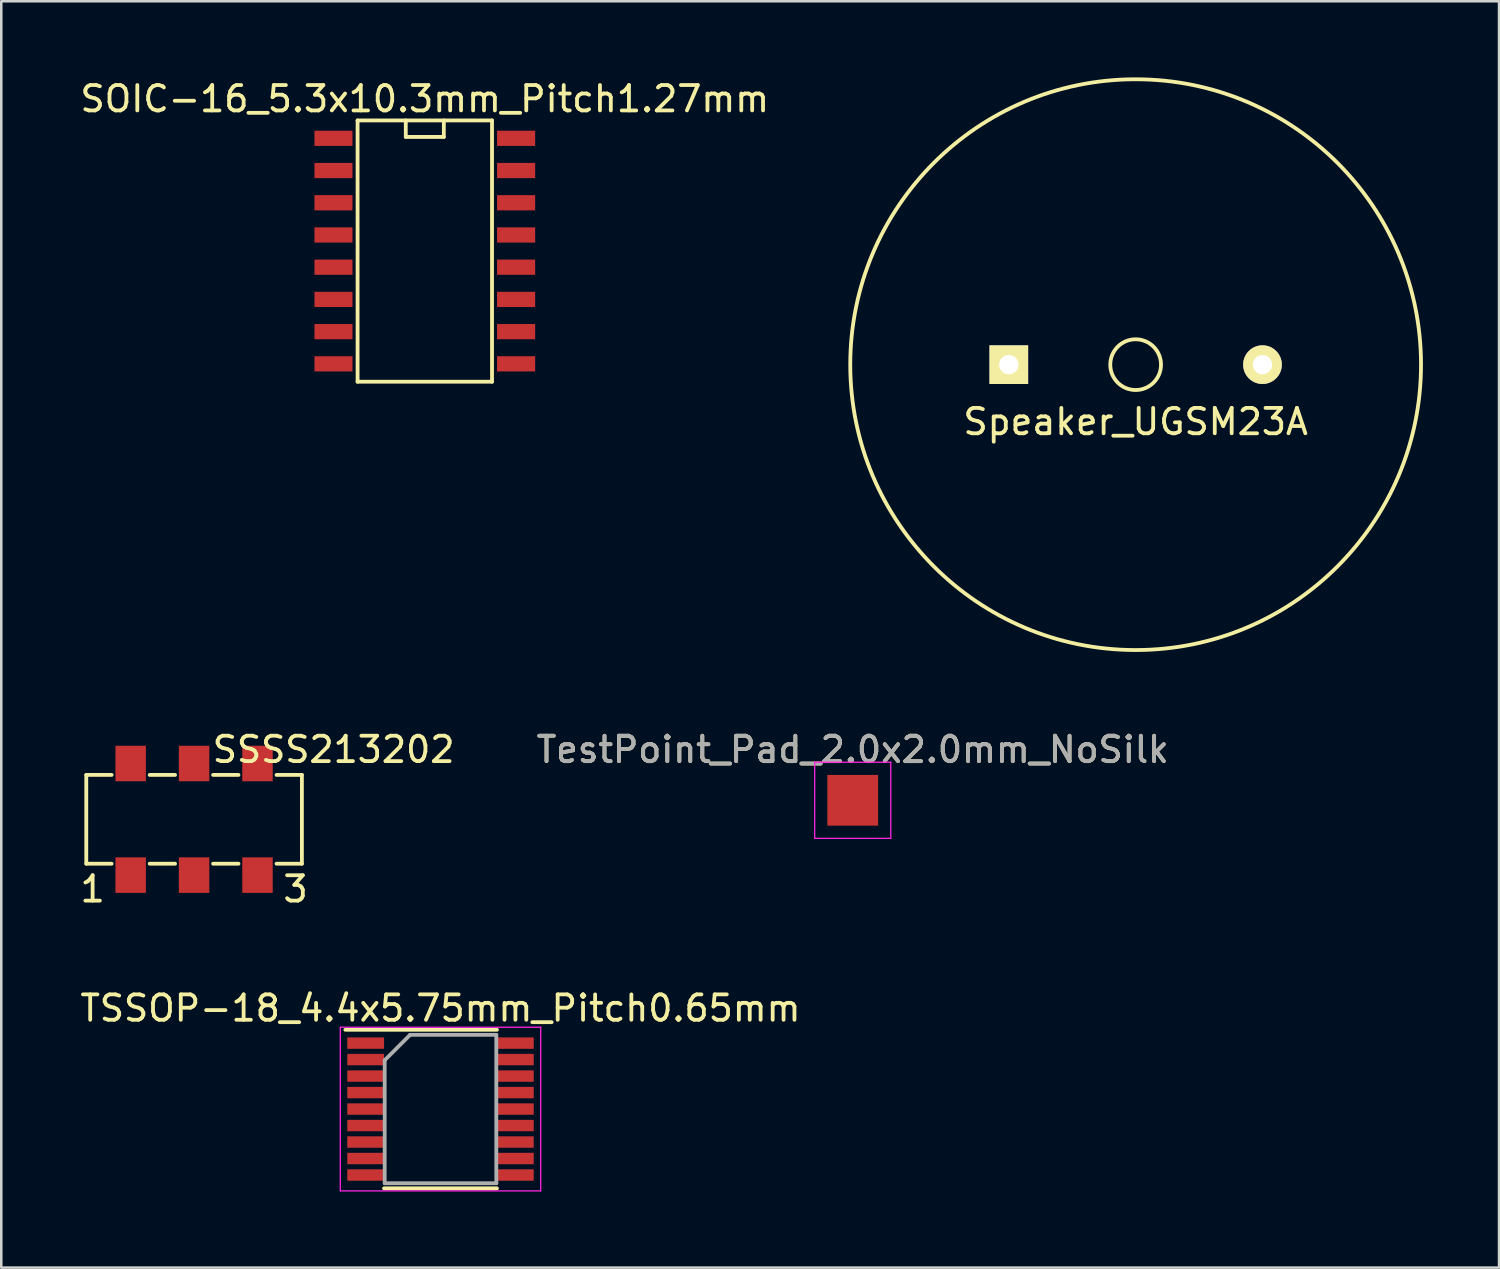
<source format=kicad_pcb>
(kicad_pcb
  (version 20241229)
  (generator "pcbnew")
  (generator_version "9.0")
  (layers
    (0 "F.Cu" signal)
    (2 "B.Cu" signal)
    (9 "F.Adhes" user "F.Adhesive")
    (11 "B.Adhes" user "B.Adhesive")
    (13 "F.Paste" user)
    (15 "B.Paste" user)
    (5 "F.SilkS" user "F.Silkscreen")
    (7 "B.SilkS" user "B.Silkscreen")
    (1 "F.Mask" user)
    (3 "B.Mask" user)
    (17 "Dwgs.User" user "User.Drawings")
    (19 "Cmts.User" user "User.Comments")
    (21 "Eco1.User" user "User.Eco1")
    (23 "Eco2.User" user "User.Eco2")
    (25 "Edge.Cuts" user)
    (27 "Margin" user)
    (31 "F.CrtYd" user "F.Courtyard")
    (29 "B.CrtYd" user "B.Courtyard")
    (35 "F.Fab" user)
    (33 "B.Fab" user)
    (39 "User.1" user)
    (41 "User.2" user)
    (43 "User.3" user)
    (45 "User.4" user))
  (footprint "TSSOP-18_4.4x5.75mm_Pitch0.65mm"
    (layer "F.Cu")
    (at 14.315 40.67)
    (property "Reference" "TSSOP-18_4.4x5.75mm_Pitch0.65mm" (at 0 -3.975 0) (layer "F.SilkS") (effects (font (size 1 1) (thickness 0.15))))
    (attr smd)
    (fp_line (start -3.75 -3.125) (end 2.225 -3.125) (stroke (width 0.15) (type solid)) (layer "F.SilkS"))
    (fp_line (start -2.225 3.125) (end 2.225 3.125) (stroke (width 0.15) (type solid)) (layer "F.SilkS"))
    (fp_line (start -3.95 -3.225) (end -3.95 3.225) (stroke (width 0.05) (type solid)) (layer "F.CrtYd"))
    (fp_line (start -3.95 -3.225) (end 3.95 -3.225) (stroke (width 0.05) (type solid)) (layer "F.CrtYd"))
    (fp_line (start -3.95 3.225) (end 3.95 3.225) (stroke (width 0.05) (type solid)) (layer "F.CrtYd"))
    (fp_line (start 3.95 -3.225) (end 3.95 3.225) (stroke (width 0.05) (type solid)) (layer "F.CrtYd"))
    (fp_line (start -2.2 -1.925) (end -1.2 -2.925) (stroke (width 0.15) (type solid)) (layer "F.Fab"))
    (fp_line (start -2.2 2.925) (end -2.2 -1.925) (stroke (width 0.15) (type solid)) (layer "F.Fab"))
    (fp_line (start -1.2 -2.925) (end 2.2 -2.925) (stroke (width 0.15) (type solid)) (layer "F.Fab"))
    (fp_line (start 2.2 -2.925) (end 2.2 2.925) (stroke (width 0.15) (type solid)) (layer "F.Fab"))
    (fp_line (start 2.2 2.925) (end -2.2 2.925) (stroke (width 0.15) (type solid)) (layer "F.Fab"))
    (pad "1" smd rect (at -2.95 -2.6) (size 1.45 0.45) (layers "F.Cu" "F.Mask" "F.Paste"))
    (pad "2" smd rect (at -2.95 -1.95) (size 1.45 0.45) (layers "F.Cu" "F.Mask" "F.Paste"))
    (pad "3" smd rect (at -2.95 -1.3) (size 1.45 0.45) (layers "F.Cu" "F.Mask" "F.Paste"))
    (pad "4" smd rect (at -2.95 -0.65) (size 1.45 0.45) (layers "F.Cu" "F.Mask" "F.Paste"))
    (pad "5" smd rect (at -2.95 0) (size 1.45 0.45) (layers "F.Cu" "F.Mask" "F.Paste"))
    (pad "6" smd rect (at -2.95 0.65) (size 1.45 0.45) (layers "F.Cu" "F.Mask" "F.Paste"))
    (pad "7" smd rect (at -2.95 1.3) (size 1.45 0.45) (layers "F.Cu" "F.Mask" "F.Paste"))
    (pad "8" smd rect (at -2.95 1.95) (size 1.45 0.45) (layers "F.Cu" "F.Mask" "F.Paste"))
    (pad "9" smd rect (at -2.95 2.6) (size 1.45 0.45) (layers "F.Cu" "F.Mask" "F.Paste"))
    (pad "10" smd rect (at 2.95 2.6) (size 1.45 0.45) (layers "F.Cu" "F.Mask" "F.Paste"))
    (pad "11" smd rect (at 2.95 1.95) (size 1.45 0.45) (layers "F.Cu" "F.Mask" "F.Paste"))
    (pad "12" smd rect (at 2.95 1.3) (size 1.45 0.45) (layers "F.Cu" "F.Mask" "F.Paste"))
    (pad "13" smd rect (at 2.95 0.65) (size 1.45 0.45) (layers "F.Cu" "F.Mask" "F.Paste"))
    (pad "14" smd rect (at 2.95 0) (size 1.45 0.45) (layers "F.Cu" "F.Mask" "F.Paste"))
    (pad "15" smd rect (at 2.95 -0.65) (size 1.45 0.45) (layers "F.Cu" "F.Mask" "F.Paste"))
    (pad "16" smd rect (at 2.95 -1.3) (size 1.45 0.45) (layers "F.Cu" "F.Mask" "F.Paste"))
    (pad "17" smd rect (at 2.95 -1.95) (size 1.45 0.45) (layers "F.Cu" "F.Mask" "F.Paste"))
    (pad "18" smd rect (at 2.95 -2.6) (size 1.45 0.45) (layers "F.Cu" "F.Mask" "F.Paste")))
  (footprint "SOIC-16_5.3x10.3mm_Pitch1.27mm"
    (layer "F.Cu")
    (at 13.696 6.848)
    (property "Reference" "SOIC-16_5.3x10.3mm_Pitch1.27mm" (at 0 -6 0) (layer "F.SilkS") (effects (font (size 1 1) (thickness 0.15))))
    (attr smd)
    (fp_line (start -2.65 -5.15) (end -2.65 5.15) (stroke (width 0.15) (type solid)) (layer "F.SilkS"))
    (fp_line (start -2.65 -5.15) (end 2.65 -5.15) (stroke (width 0.15) (type solid)) (layer "F.SilkS"))
    (fp_line (start -0.75 -4.5) (end -0.75 -5.15) (stroke (width 0.15) (type solid)) (layer "F.SilkS"))
    (fp_line (start 0.75 -5.15) (end 0.75 -4.5) (stroke (width 0.15) (type solid)) (layer "F.SilkS"))
    (fp_line (start 0.75 -4.5) (end -0.75 -4.5) (stroke (width 0.15) (type solid)) (layer "F.SilkS"))
    (fp_line (start 2.65 -5.15) (end 2.65 5.15) (stroke (width 0.15) (type solid)) (layer "F.SilkS"))
    (fp_line (start 2.65 5.15) (end -2.65 5.15) (stroke (width 0.15) (type solid)) (layer "F.SilkS"))
    (pad "1" smd rect (at -3.6 -4.445) (size 1.5 0.6) (layers "F.Cu" "F.Mask" "F.Paste"))
    (pad "2" smd rect (at -3.6 -3.175) (size 1.5 0.6) (layers "F.Cu" "F.Mask" "F.Paste"))
    (pad "3" smd rect (at -3.6 -1.905) (size 1.5 0.6) (layers "F.Cu" "F.Mask" "F.Paste"))
    (pad "4" smd rect (at -3.6 -0.635) (size 1.5 0.6) (layers "F.Cu" "F.Mask" "F.Paste"))
    (pad "5" smd rect (at -3.6 0.635) (size 1.5 0.6) (layers "F.Cu" "F.Mask" "F.Paste"))
    (pad "6" smd rect (at -3.6 1.905) (size 1.5 0.6) (layers "F.Cu" "F.Mask" "F.Paste"))
    (pad "7" smd rect (at -3.6 3.175) (size 1.5 0.6) (layers "F.Cu" "F.Mask" "F.Paste"))
    (pad "8" smd rect (at -3.6 4.445) (size 1.5 0.6) (layers "F.Cu" "F.Mask" "F.Paste"))
    (pad "9" smd rect (at 3.6 4.445) (size 1.5 0.6) (layers "F.Cu" "F.Mask" "F.Paste"))
    (pad "10" smd rect (at 3.6 3.175) (size 1.5 0.6) (layers "F.Cu" "F.Mask" "F.Paste"))
    (pad "11" smd rect (at 3.6 1.905) (size 1.5 0.6) (layers "F.Cu" "F.Mask" "F.Paste"))
    (pad "12" smd rect (at 3.6 0.635) (size 1.5 0.6) (layers "F.Cu" "F.Mask" "F.Paste"))
    (pad "13" smd rect (at 3.6 -0.635) (size 1.5 0.6) (layers "F.Cu" "F.Mask" "F.Paste"))
    (pad "14" smd rect (at 3.6 -1.905) (size 1.5 0.6) (layers "F.Cu" "F.Mask" "F.Paste"))
    (pad "15" smd rect (at 3.6 -3.175) (size 1.5 0.6) (layers "F.Cu" "F.Mask" "F.Paste"))
    (pad "16" smd rect (at 3.6 -4.445) (size 1.5 0.6) (layers "F.Cu" "F.Mask" "F.Paste")))
  (footprint "TestPoint_Pad_2.0x2.0mm_NoSilk"
    (layer "F.Cu")
    (at 30.565 28.498)
    (property "Reference" "TestPoint_Pad_2.0x2.0mm_NoSilk" (at 0 -1.998 0) (layer "F.SilkS") (effects (font (size 1 1) (thickness 0.15))))
    (attr exclude_from_pos_files exclude_from_bom)
    (fp_line (start -1.5 -1.5) (end -1.5 1.5) (stroke (width 0.05) (type solid)) (layer "F.CrtYd"))
    (fp_line (start -1.5 -1.5) (end 1.5 -1.5) (stroke (width 0.05) (type solid)) (layer "F.CrtYd"))
    (fp_line (start 1.5 1.5) (end -1.5 1.5) (stroke (width 0.05) (type solid)) (layer "F.CrtYd"))
    (fp_line (start 1.5 1.5) (end 1.5 -1.5) (stroke (width 0.05) (type solid)) (layer "F.CrtYd"))
    (fp_text user "${REFERENCE}" (at 0 -2 0) (layer "F.Fab") (effects (font (size 1 1) (thickness 0.15))))
    (pad "1" smd rect (at 0 0) (size 2 2) (layers "F.Cu" "F.Mask")))
  (footprint "SSSS213202"
    (layer "F.Cu")
    (at 4.601 29.248)
    (property "Reference" "SSSS213202" (at 5.5 -2.75 0) (layer "F.SilkS") (effects (font (size 1 1) (thickness 0.15))))
    (attr through_hole)
    (fp_line (start -4.25 -1.75) (end -3.25 -1.75) (stroke (width 0.15) (type solid)) (layer "F.SilkS"))
    (fp_line (start -4.25 1.75) (end -4.25 -1.75) (stroke (width 0.15) (type solid)) (layer "F.SilkS"))
    (fp_line (start -4.25 1.75) (end -3.25 1.75) (stroke (width 0.15) (type solid)) (layer "F.SilkS"))
    (fp_line (start -1.75 -1.75) (end -0.75 -1.75) (stroke (width 0.15) (type solid)) (layer "F.SilkS"))
    (fp_line (start -1.75 1.75) (end -0.75 1.75) (stroke (width 0.15) (type solid)) (layer "F.SilkS"))
    (fp_line (start 0.75 -1.75) (end 1.75 -1.75) (stroke (width 0.15) (type solid)) (layer "F.SilkS"))
    (fp_line (start 0.75 1.75) (end 1.75 1.75) (stroke (width 0.15) (type solid)) (layer "F.SilkS"))
    (fp_line (start 3.25 -1.75) (end 4.25 -1.75) (stroke (width 0.15) (type solid)) (layer "F.SilkS"))
    (fp_line (start 3.25 1.75) (end 4.25 1.75) (stroke (width 0.15) (type solid)) (layer "F.SilkS"))
    (fp_line (start 4.25 1.75) (end 4.25 -1.75) (stroke (width 0.15) (type solid)) (layer "F.SilkS"))
    (fp_text user "1" (at -4 2.75 0) (layer "F.SilkS") (effects (font (size 1 1) (thickness 0.15))))
    (fp_text user "3" (at 4 2.75 0) (layer "F.SilkS") (effects (font (size 1 1) (thickness 0.15))))
    (pad "1" smd rect (at -2.5 -2.2) (size 1.2 1.4) (layers "F.Cu" "F.Mask" "F.Paste"))
    (pad "1" smd rect (at -2.5 2.2) (size 1.2 1.4) (layers "F.Cu" "F.Mask" "F.Paste"))
    (pad "2" smd rect (at 0 -2.2) (size 1.2 1.4) (layers "F.Cu" "F.Mask" "F.Paste"))
    (pad "2" smd rect (at 0 2.2) (size 1.2 1.4) (layers "F.Cu" "F.Mask" "F.Paste"))
    (pad "3" smd rect (at 2.5 -2.2) (size 1.2 1.4) (layers "F.Cu" "F.Mask" "F.Paste"))
    (pad "3" smd rect (at 2.5 2.2) (size 1.2 1.4) (layers "F.Cu" "F.Mask" "F.Paste")))
  (footprint "Speaker_UGSM23A"
    (layer "F.Cu")
    (at 41.718 11.325)
    (property "Reference" "Speaker_UGSM23A" (at 0 2.25 0) (layer "F.SilkS") (effects (font (size 1 1) (thickness 0.15))))
    (attr through_hole)
    (fp_circle (center 0 0) (end 0 -1) (stroke (width 0.15) (type solid)) (fill no) (layer "F.SilkS"))
    (fp_circle (center 0 0) (end 11.25 0) (stroke (width 0.15) (type solid)) (fill no) (layer "F.SilkS"))
    (pad "1" thru_hole rect (at -5 0) (size 1.524 1.524) (drill 0.762) (layers "*.Cu" "*.Mask" "F.SilkS"))
    (pad "2" thru_hole circle (at 5 0) (size 1.524 1.524) (drill 0.762) (layers "*.Cu" "*.Mask" "F.SilkS")))
  (gr_rect
    (start -3 -3)
    (end 56.043 46.92)
    (stroke (width 0.1) (type default))
    (fill no)
    (layer "Edge.Cuts")))
</source>
